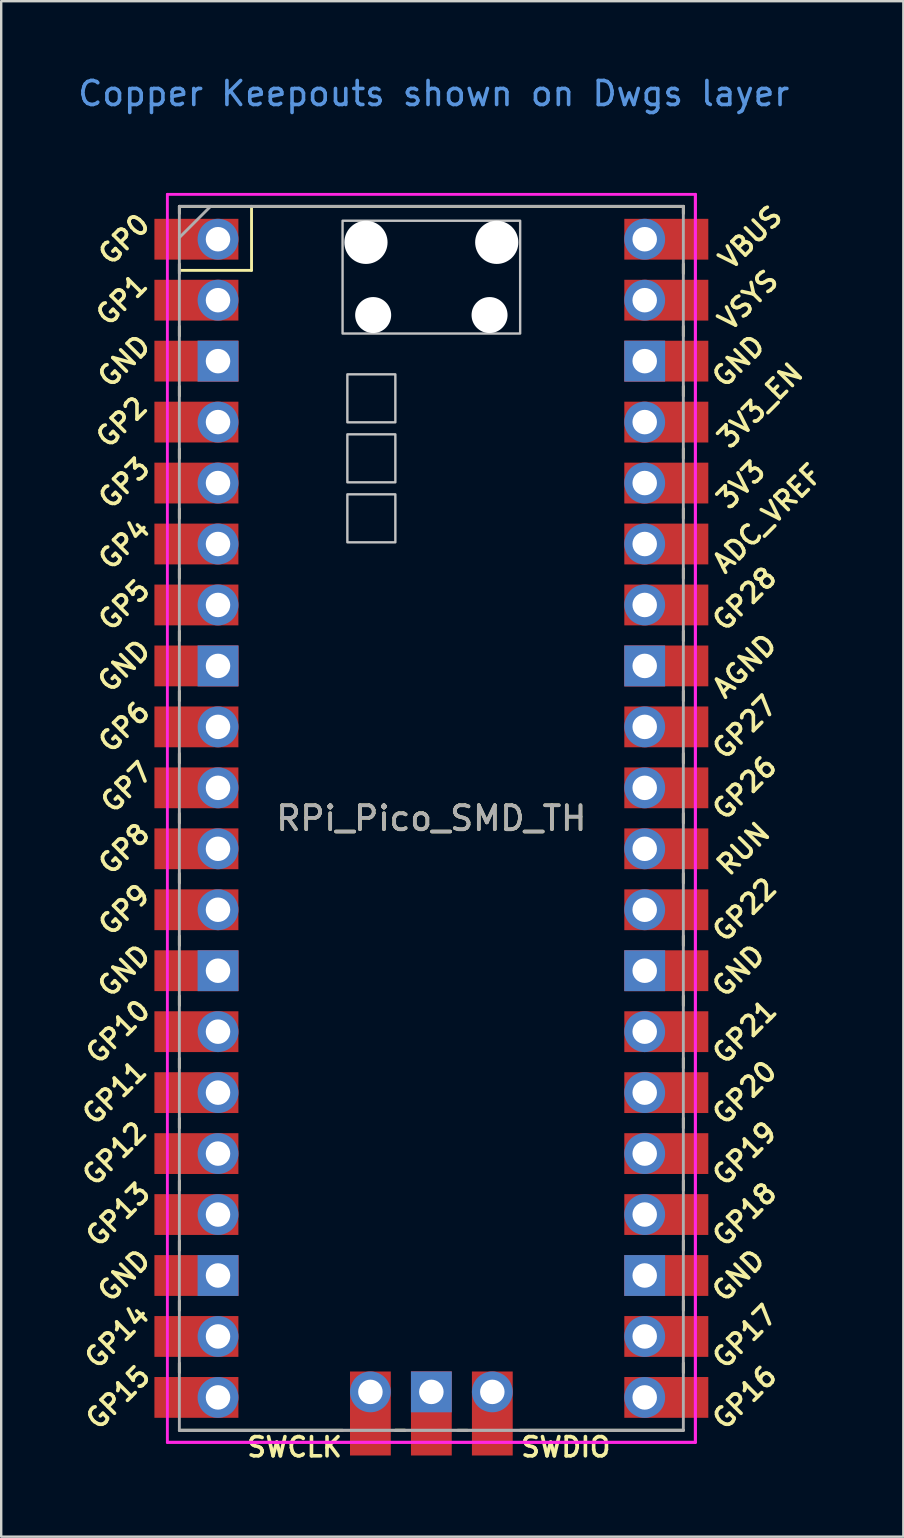
<source format=kicad_pcb>
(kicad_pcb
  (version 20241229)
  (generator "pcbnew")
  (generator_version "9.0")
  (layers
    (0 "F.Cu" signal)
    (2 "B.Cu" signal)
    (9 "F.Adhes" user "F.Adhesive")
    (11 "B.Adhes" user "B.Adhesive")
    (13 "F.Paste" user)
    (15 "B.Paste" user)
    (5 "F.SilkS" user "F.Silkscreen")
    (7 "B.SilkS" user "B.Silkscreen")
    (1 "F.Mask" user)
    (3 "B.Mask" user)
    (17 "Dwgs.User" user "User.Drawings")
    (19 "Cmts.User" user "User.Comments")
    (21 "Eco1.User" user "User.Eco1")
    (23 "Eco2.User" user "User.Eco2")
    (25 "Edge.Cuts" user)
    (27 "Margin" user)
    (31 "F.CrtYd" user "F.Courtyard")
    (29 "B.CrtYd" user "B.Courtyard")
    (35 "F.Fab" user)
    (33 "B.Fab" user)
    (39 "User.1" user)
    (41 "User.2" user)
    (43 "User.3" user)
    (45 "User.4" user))
  (footprint "RPi_Pico_SMD_TH"
    (layer "F.Cu")
    (at 14.924 31.048)
    (property "Reference" "RPi_Pico_SMD_TH" (at 0 0 0) (layer "F.SilkS") (effects (font (size 1 1) (thickness 0.15))))
    (attr through_hole)
    (fp_line (start -10.5 -25.5) (end -10.5 -25.2) (stroke (width 0.12) (type solid)) (layer "F.SilkS"))
    (fp_line (start -10.5 -25.5) (end 10.5 -25.5) (stroke (width 0.12) (type solid)) (layer "F.SilkS"))
    (fp_line (start -10.5 -23.1) (end -10.5 -22.7) (stroke (width 0.12) (type solid)) (layer "F.SilkS"))
    (fp_line (start -10.5 -22.833) (end -7.493 -22.833) (stroke (width 0.12) (type solid)) (layer "F.SilkS"))
    (fp_line (start -10.5 -20.5) (end -10.5 -20.1) (stroke (width 0.12) (type solid)) (layer "F.SilkS"))
    (fp_line (start -10.5 -18) (end -10.5 -17.6) (stroke (width 0.12) (type solid)) (layer "F.SilkS"))
    (fp_line (start -10.5 -15.4) (end -10.5 -15) (stroke (width 0.12) (type solid)) (layer "F.SilkS"))
    (fp_line (start -10.5 -12.9) (end -10.5 -12.5) (stroke (width 0.12) (type solid)) (layer "F.SilkS"))
    (fp_line (start -10.5 -10.4) (end -10.5 -10) (stroke (width 0.12) (type solid)) (layer "F.SilkS"))
    (fp_line (start -10.5 -7.8) (end -10.5 -7.4) (stroke (width 0.12) (type solid)) (layer "F.SilkS"))
    (fp_line (start -10.5 -5.3) (end -10.5 -4.9) (stroke (width 0.12) (type solid)) (layer "F.SilkS"))
    (fp_line (start -10.5 -2.7) (end -10.5 -2.3) (stroke (width 0.12) (type solid)) (layer "F.SilkS"))
    (fp_line (start -10.5 -0.2) (end -10.5 0.2) (stroke (width 0.12) (type solid)) (layer "F.SilkS"))
    (fp_line (start -10.5 2.3) (end -10.5 2.7) (stroke (width 0.12) (type solid)) (layer "F.SilkS"))
    (fp_line (start -10.5 4.9) (end -10.5 5.3) (stroke (width 0.12) (type solid)) (layer "F.SilkS"))
    (fp_line (start -10.5 7.4) (end -10.5 7.8) (stroke (width 0.12) (type solid)) (layer "F.SilkS"))
    (fp_line (start -10.5 10) (end -10.5 10.4) (stroke (width 0.12) (type solid)) (layer "F.SilkS"))
    (fp_line (start -10.5 12.5) (end -10.5 12.9) (stroke (width 0.12) (type solid)) (layer "F.SilkS"))
    (fp_line (start -10.5 15.1) (end -10.5 15.5) (stroke (width 0.12) (type solid)) (layer "F.SilkS"))
    (fp_line (start -10.5 17.6) (end -10.5 18) (stroke (width 0.12) (type solid)) (layer "F.SilkS"))
    (fp_line (start -10.5 20.1) (end -10.5 20.5) (stroke (width 0.12) (type solid)) (layer "F.SilkS"))
    (fp_line (start -10.5 22.7) (end -10.5 23.1) (stroke (width 0.12) (type solid)) (layer "F.SilkS"))
    (fp_line (start -7.493 -22.833) (end -7.493 -25.5) (stroke (width 0.12) (type solid)) (layer "F.SilkS"))
    (fp_line (start -3.7 25.5) (end -10.5 25.5) (stroke (width 0.12) (type solid)) (layer "F.SilkS"))
    (fp_line (start -1.5 25.5) (end -1.1 25.5) (stroke (width 0.12) (type solid)) (layer "F.SilkS"))
    (fp_line (start -1.5 25.5) (end -1.1 25.5) (stroke (width 0.12) (type solid)) (layer "F.SilkS"))
    (fp_line (start 1.1 25.5) (end 1.5 25.5) (stroke (width 0.12) (type solid)) (layer "F.SilkS"))
    (fp_line (start 10.5 -25.5) (end 10.5 -25.2) (stroke (width 0.12) (type solid)) (layer "F.SilkS"))
    (fp_line (start 10.5 -23.1) (end 10.5 -22.7) (stroke (width 0.12) (type solid)) (layer "F.SilkS"))
    (fp_line (start 10.5 -20.5) (end 10.5 -20.1) (stroke (width 0.12) (type solid)) (layer "F.SilkS"))
    (fp_line (start 10.5 -18) (end 10.5 -17.6) (stroke (width 0.12) (type solid)) (layer "F.SilkS"))
    (fp_line (start 10.5 -15.4) (end 10.5 -15) (stroke (width 0.12) (type solid)) (layer "F.SilkS"))
    (fp_line (start 10.5 -12.9) (end 10.5 -12.5) (stroke (width 0.12) (type solid)) (layer "F.SilkS"))
    (fp_line (start 10.5 -10.4) (end 10.5 -10) (stroke (width 0.12) (type solid)) (layer "F.SilkS"))
    (fp_line (start 10.5 -7.8) (end 10.5 -7.4) (stroke (width 0.12) (type solid)) (layer "F.SilkS"))
    (fp_line (start 10.5 -5.3) (end 10.5 -4.9) (stroke (width 0.12) (type solid)) (layer "F.SilkS"))
    (fp_line (start 10.5 -2.7) (end 10.5 -2.3) (stroke (width 0.12) (type solid)) (layer "F.SilkS"))
    (fp_line (start 10.5 -0.2) (end 10.5 0.2) (stroke (width 0.12) (type solid)) (layer "F.SilkS"))
    (fp_line (start 10.5 2.3) (end 10.5 2.7) (stroke (width 0.12) (type solid)) (layer "F.SilkS"))
    (fp_line (start 10.5 4.9) (end 10.5 5.3) (stroke (width 0.12) (type solid)) (layer "F.SilkS"))
    (fp_line (start 10.5 7.4) (end 10.5 7.8) (stroke (width 0.12) (type solid)) (layer "F.SilkS"))
    (fp_line (start 10.5 10) (end 10.5 10.4) (stroke (width 0.12) (type solid)) (layer "F.SilkS"))
    (fp_line (start 10.5 12.5) (end 10.5 12.9) (stroke (width 0.12) (type solid)) (layer "F.SilkS"))
    (fp_line (start 10.5 15.1) (end 10.5 15.5) (stroke (width 0.12) (type solid)) (layer "F.SilkS"))
    (fp_line (start 10.5 17.6) (end 10.5 18) (stroke (width 0.12) (type solid)) (layer "F.SilkS"))
    (fp_line (start 10.5 20.1) (end 10.5 20.5) (stroke (width 0.12) (type solid)) (layer "F.SilkS"))
    (fp_line (start 10.5 22.7) (end 10.5 23.1) (stroke (width 0.12) (type solid)) (layer "F.SilkS"))
    (fp_line (start 10.5 25.5) (end 3.7 25.5) (stroke (width 0.12) (type solid)) (layer "F.SilkS"))
    (fp_poly (pts (xy -1.5 -16.5) (xy -3.5 -16.5) (xy -3.5 -18.5) (xy -1.5 -18.5)) (stroke (width 0.1) (type solid)) (fill no) (layer "Dwgs.User"))
    (fp_poly (pts (xy -1.5 -14) (xy -3.5 -14) (xy -3.5 -16) (xy -1.5 -16)) (stroke (width 0.1) (type solid)) (fill no) (layer "Dwgs.User"))
    (fp_poly (pts (xy -1.5 -11.5) (xy -3.5 -11.5) (xy -3.5 -13.5) (xy -1.5 -13.5)) (stroke (width 0.1) (type solid)) (fill no) (layer "Dwgs.User"))
    (fp_poly (pts (xy 3.7 -20.2) (xy -3.7 -20.2) (xy -3.7 -24.9) (xy 3.7 -24.9)) (stroke (width 0.1) (type solid)) (fill no) (layer "Dwgs.User"))
    (fp_line (start -11 -26) (end 11 -26) (stroke (width 0.12) (type solid)) (layer "F.CrtYd"))
    (fp_line (start -11 26) (end -11 -26) (stroke (width 0.12) (type solid)) (layer "F.CrtYd"))
    (fp_line (start 11 -26) (end 11 26) (stroke (width 0.12) (type solid)) (layer "F.CrtYd"))
    (fp_line (start 11 -26) (end 11 26) (stroke (width 0.12) (type solid)) (layer "F.CrtYd"))
    (fp_line (start 11 26) (end -11 26) (stroke (width 0.12) (type solid)) (layer "F.CrtYd"))
    (fp_line (start 11 26) (end -11 26) (stroke (width 0.12) (type solid)) (layer "F.CrtYd"))
    (fp_line (start -10.5 -25.5) (end 10.5 -25.5) (stroke (width 0.12) (type solid)) (layer "F.Fab"))
    (fp_line (start -10.5 -24.2) (end -9.2 -25.5) (stroke (width 0.12) (type solid)) (layer "F.Fab"))
    (fp_line (start -10.5 25.5) (end -10.5 -25.5) (stroke (width 0.12) (type solid)) (layer "F.Fab"))
    (fp_line (start 10.5 -25.5) (end 10.5 25.5) (stroke (width 0.12) (type solid)) (layer "F.Fab"))
    (fp_line (start 10.5 25.5) (end -10.5 25.5) (stroke (width 0.12) (type solid)) (layer "F.Fab"))
    (fp_line (start 10.5 25.5) (end -10.5 25.5) (stroke (width 0.12) (type solid)) (layer "F.Fab"))
    (fp_text user "GP6" (at -12.8 -3.81 45) (layer "F.SilkS") (effects (font (size 0.8 0.8) (thickness 0.15))))
    (fp_text user "GP11" (at -13.2 11.43 45) (layer "F.SilkS") (effects (font (size 0.8 0.8) (thickness 0.15))))
    (fp_text user "GP3" (at -12.8 -13.97 45) (layer "F.SilkS") (effects (font (size 0.8 0.8) (thickness 0.15))))
    (fp_text user "GP5" (at -12.8 -8.89 45) (layer "F.SilkS") (effects (font (size 0.8 0.8) (thickness 0.15))))
    (fp_text user "GP17" (at 13.054 21.59 45) (layer "F.SilkS") (effects (font (size 0.8 0.8) (thickness 0.15))))
    (fp_text user "GND" (at 12.8 19.05 45) (layer "F.SilkS") (effects (font (size 0.8 0.8) (thickness 0.15))))
    (fp_text user "GND" (at -12.8 -6.35 45) (layer "F.SilkS") (effects (font (size 0.8 0.8) (thickness 0.15))))
    (fp_text user "RUN" (at 13 1.27 45) (layer "F.SilkS") (effects (font (size 0.8 0.8) (thickness 0.15))))
    (fp_text user "GP10" (at -13.054 8.89 45) (layer "F.SilkS") (effects (font (size 0.8 0.8) (thickness 0.15))))
    (fp_text user "SWDIO" (at 5.6 26.2 0) (layer "F.SilkS") (effects (font (size 0.8 0.8) (thickness 0.15))))
    (fp_text user "GP1" (at -12.9 -21.6 45) (layer "F.SilkS") (effects (font (size 0.8 0.8) (thickness 0.15))))
    (fp_text user "SWCLK" (at -5.7 26.2 0) (layer "F.SilkS") (effects (font (size 0.8 0.8) (thickness 0.15))))
    (fp_text user "GND" (at -12.8 19.05 45) (layer "F.SilkS") (effects (font (size 0.8 0.8) (thickness 0.15))))
    (fp_text user "ADC_VREF" (at 14 -12.5 45) (layer "F.SilkS") (effects (font (size 0.8 0.8) (thickness 0.15))))
    (fp_text user "GP27" (at 13.054 -3.8 45) (layer "F.SilkS") (effects (font (size 0.8 0.8) (thickness 0.15))))
    (fp_text user "GP18" (at 13.054 16.51 45) (layer "F.SilkS") (effects (font (size 0.8 0.8) (thickness 0.15))))
    (fp_text user "GP8" (at -12.8 1.27 45) (layer "F.SilkS") (effects (font (size 0.8 0.8) (thickness 0.15))))
    (fp_text user "GP7" (at -12.7 -1.3 45) (layer "F.SilkS") (effects (font (size 0.8 0.8) (thickness 0.15))))
    (fp_text user "GP9" (at -12.8 3.81 45) (layer "F.SilkS") (effects (font (size 0.8 0.8) (thickness 0.15))))
    (fp_text user "GP15" (at -13.054 24.13 45) (layer "F.SilkS") (effects (font (size 0.8 0.8) (thickness 0.15))))
    (fp_text user "GP0" (at -12.8 -24.13 45) (layer "F.SilkS") (effects (font (size 0.8 0.8) (thickness 0.15))))
    (fp_text user "GP26" (at 13.054 -1.27 45) (layer "F.SilkS") (effects (font (size 0.8 0.8) (thickness 0.15))))
    (fp_text user "GP20" (at 13.054 11.43 45) (layer "F.SilkS") (effects (font (size 0.8 0.8) (thickness 0.15))))
    (fp_text user "GP28" (at 13.054 -9.144 45) (layer "F.SilkS") (effects (font (size 0.8 0.8) (thickness 0.15))))
    (fp_text user "GP13" (at -13.054 16.51 45) (layer "F.SilkS") (effects (font (size 0.8 0.8) (thickness 0.15))))
    (fp_text user "3V3" (at 12.9 -13.9 45) (layer "F.SilkS") (effects (font (size 0.8 0.8) (thickness 0.15))))
    (fp_text user "GP2" (at -12.9 -16.51 45) (layer "F.SilkS") (effects (font (size 0.8 0.8) (thickness 0.15))))
    (fp_text user "3V3_EN" (at 13.7 -17.2 45) (layer "F.SilkS") (effects (font (size 0.8 0.8) (thickness 0.15))))
    (fp_text user "GP19" (at 13.054 13.97 45) (layer "F.SilkS") (effects (font (size 0.8 0.8) (thickness 0.15))))
    (fp_text user "GP4" (at -12.8 -11.43 45) (layer "F.SilkS") (effects (font (size 0.8 0.8) (thickness 0.15))))
    (fp_text user "AGND" (at 13.054 -6.35 45) (layer "F.SilkS") (effects (font (size 0.8 0.8) (thickness 0.15))))
    (fp_text user "VBUS" (at 13.3 -24.2 45) (layer "F.SilkS") (effects (font (size 0.8 0.8) (thickness 0.15))))
    (fp_text user "GND" (at -12.8 6.35 45) (layer "F.SilkS") (effects (font (size 0.8 0.8) (thickness 0.15))))
    (fp_text user "GP12" (at -13.2 13.97 45) (layer "F.SilkS") (effects (font (size 0.8 0.8) (thickness 0.15))))
    (fp_text user "GP22" (at 13.054 3.81 45) (layer "F.SilkS") (effects (font (size 0.8 0.8) (thickness 0.15))))
    (fp_text user "GP14" (at -13.1 21.59 45) (layer "F.SilkS") (effects (font (size 0.8 0.8) (thickness 0.15))))
    (fp_text user "GND" (at -12.8 -19.05 45) (layer "F.SilkS") (effects (font (size 0.8 0.8) (thickness 0.15))))
    (fp_text user "GP21" (at 13.054 8.9 45) (layer "F.SilkS") (effects (font (size 0.8 0.8) (thickness 0.15))))
    (fp_text user "VSYS" (at 13.2 -21.59 45) (layer "F.SilkS") (effects (font (size 0.8 0.8) (thickness 0.15))))
    (fp_text user "GP16" (at 13.054 24.13 45) (layer "F.SilkS") (effects (font (size 0.8 0.8) (thickness 0.15))))
    (fp_text user "GND" (at 12.8 -19.05 45) (layer "F.SilkS") (effects (font (size 0.8 0.8) (thickness 0.15))))
    (fp_text user "GND" (at 12.8 6.35 45) (layer "F.SilkS") (effects (font (size 0.8 0.8) (thickness 0.15))))
    (fp_text user "Copper Keepouts shown on Dwgs layer" (at 0.1 -30.2 0) (layer "Cmts.User") (effects (font (size 1 1) (thickness 0.15))))
    (fp_text user "${REFERENCE}" (at 0 0 180) (layer "F.Fab") (effects (font (size 1 1) (thickness 0.15))))
    (pad "" np_thru_hole oval (at -2.725 -24) (size 1.8 1.8) (drill 1.8) (layers "*.Cu" "*.Mask"))
    (pad "" np_thru_hole oval (at -2.425 -20.97) (size 1.5 1.5) (drill 1.5) (layers "*.Cu" "*.Mask"))
    (pad "" np_thru_hole oval (at 2.425 -20.97) (size 1.5 1.5) (drill 1.5) (layers "*.Cu" "*.Mask"))
    (pad "" np_thru_hole oval (at 2.725 -24) (size 1.8 1.8) (drill 1.8) (layers "*.Cu" "*.Mask"))
    (pad "1" thru_hole oval (at -8.89 -24.13) (size 1.7 1.7) (drill 1.02) (layers "*.Cu" "*.Mask"))
    (pad "1" smd rect (at -8.89 -24.13) (size 3.5 1.7) (drill (offset -0.9 0)) (layers "F.Cu" "F.Mask"))
    (pad "2" thru_hole oval (at -8.89 -21.59) (size 1.7 1.7) (drill 1.02) (layers "*.Cu" "*.Mask"))
    (pad "2" smd rect (at -8.89 -21.59) (size 3.5 1.7) (drill (offset -0.9 0)) (layers "F.Cu" "F.Mask"))
    (pad "3" thru_hole rect (at -8.89 -19.05) (size 1.7 1.7) (drill 1.02) (layers "*.Cu" "*.Mask"))
    (pad "3" smd rect (at -8.89 -19.05) (size 3.5 1.7) (drill (offset -0.9 0)) (layers "F.Cu" "F.Mask"))
    (pad "4" thru_hole oval (at -8.89 -16.51) (size 1.7 1.7) (drill 1.02) (layers "*.Cu" "*.Mask"))
    (pad "4" smd rect (at -8.89 -16.51) (size 3.5 1.7) (drill (offset -0.9 0)) (layers "F.Cu" "F.Mask"))
    (pad "5" thru_hole oval (at -8.89 -13.97) (size 1.7 1.7) (drill 1.02) (layers "*.Cu" "*.Mask"))
    (pad "5" smd rect (at -8.89 -13.97) (size 3.5 1.7) (drill (offset -0.9 0)) (layers "F.Cu" "F.Mask"))
    (pad "6" thru_hole oval (at -8.89 -11.43) (size 1.7 1.7) (drill 1.02) (layers "*.Cu" "*.Mask"))
    (pad "6" smd rect (at -8.89 -11.43) (size 3.5 1.7) (drill (offset -0.9 0)) (layers "F.Cu" "F.Mask"))
    (pad "7" thru_hole oval (at -8.89 -8.89) (size 1.7 1.7) (drill 1.02) (layers "*.Cu" "*.Mask"))
    (pad "7" smd rect (at -8.89 -8.89) (size 3.5 1.7) (drill (offset -0.9 0)) (layers "F.Cu" "F.Mask"))
    (pad "8" thru_hole rect (at -8.89 -6.35) (size 1.7 1.7) (drill 1.02) (layers "*.Cu" "*.Mask"))
    (pad "8" smd rect (at -8.89 -6.35) (size 3.5 1.7) (drill (offset -0.9 0)) (layers "F.Cu" "F.Mask"))
    (pad "9" thru_hole oval (at -8.89 -3.81) (size 1.7 1.7) (drill 1.02) (layers "*.Cu" "*.Mask"))
    (pad "9" smd rect (at -8.89 -3.81) (size 3.5 1.7) (drill (offset -0.9 0)) (layers "F.Cu" "F.Mask"))
    (pad "10" thru_hole oval (at -8.89 -1.27) (size 1.7 1.7) (drill 1.02) (layers "*.Cu" "*.Mask"))
    (pad "10" smd rect (at -8.89 -1.27) (size 3.5 1.7) (drill (offset -0.9 0)) (layers "F.Cu" "F.Mask"))
    (pad "11" thru_hole oval (at -8.89 1.27) (size 1.7 1.7) (drill 1.02) (layers "*.Cu" "*.Mask"))
    (pad "11" smd rect (at -8.89 1.27) (size 3.5 1.7) (drill (offset -0.9 0)) (layers "F.Cu" "F.Mask"))
    (pad "12" thru_hole oval (at -8.89 3.81) (size 1.7 1.7) (drill 1.02) (layers "*.Cu" "*.Mask"))
    (pad "12" smd rect (at -8.89 3.81) (size 3.5 1.7) (drill (offset -0.9 0)) (layers "F.Cu" "F.Mask"))
    (pad "13" thru_hole rect (at -8.89 6.35) (size 1.7 1.7) (drill 1.02) (layers "*.Cu" "*.Mask"))
    (pad "13" smd rect (at -8.89 6.35) (size 3.5 1.7) (drill (offset -0.9 0)) (layers "F.Cu" "F.Mask"))
    (pad "14" thru_hole oval (at -8.89 8.89) (size 1.7 1.7) (drill 1.02) (layers "*.Cu" "*.Mask"))
    (pad "14" smd rect (at -8.89 8.89) (size 3.5 1.7) (drill (offset -0.9 0)) (layers "F.Cu" "F.Mask"))
    (pad "15" thru_hole oval (at -8.89 11.43) (size 1.7 1.7) (drill 1.02) (layers "*.Cu" "*.Mask"))
    (pad "15" smd rect (at -8.89 11.43) (size 3.5 1.7) (drill (offset -0.9 0)) (layers "F.Cu" "F.Mask"))
    (pad "16" thru_hole oval (at -8.89 13.97) (size 1.7 1.7) (drill 1.02) (layers "*.Cu" "*.Mask"))
    (pad "16" smd rect (at -8.89 13.97) (size 3.5 1.7) (drill (offset -0.9 0)) (layers "F.Cu" "F.Mask"))
    (pad "17" thru_hole oval (at -8.89 16.51) (size 1.7 1.7) (drill 1.02) (layers "*.Cu" "*.Mask"))
    (pad "17" smd rect (at -8.89 16.51) (size 3.5 1.7) (drill (offset -0.9 0)) (layers "F.Cu" "F.Mask"))
    (pad "18" thru_hole rect (at -8.89 19.05) (size 1.7 1.7) (drill 1.02) (layers "*.Cu" "*.Mask"))
    (pad "18" smd rect (at -8.89 19.05) (size 3.5 1.7) (drill (offset -0.9 0)) (layers "F.Cu" "F.Mask"))
    (pad "19" thru_hole oval (at -8.89 21.59) (size 1.7 1.7) (drill 1.02) (layers "*.Cu" "*.Mask"))
    (pad "19" smd rect (at -8.89 21.59) (size 3.5 1.7) (drill (offset -0.9 0)) (layers "F.Cu" "F.Mask"))
    (pad "20" thru_hole oval (at -8.89 24.13) (size 1.7 1.7) (drill 1.02) (layers "*.Cu" "*.Mask"))
    (pad "20" smd rect (at -8.89 24.13) (size 3.5 1.7) (drill (offset -0.9 0)) (layers "F.Cu" "F.Mask"))
    (pad "21" thru_hole oval (at 8.89 24.13) (size 1.7 1.7) (drill 1.02) (layers "*.Cu" "*.Mask"))
    (pad "21" smd rect (at 8.89 24.13) (size 3.5 1.7) (drill (offset 0.9 0)) (layers "F.Cu" "F.Mask"))
    (pad "22" thru_hole oval (at 8.89 21.59) (size 1.7 1.7) (drill 1.02) (layers "*.Cu" "*.Mask"))
    (pad "22" smd rect (at 8.89 21.59) (size 3.5 1.7) (drill (offset 0.9 0)) (layers "F.Cu" "F.Mask"))
    (pad "23" thru_hole rect (at 8.89 19.05) (size 1.7 1.7) (drill 1.02) (layers "*.Cu" "*.Mask"))
    (pad "23" smd rect (at 8.89 19.05) (size 3.5 1.7) (drill (offset 0.9 0)) (layers "F.Cu" "F.Mask"))
    (pad "24" thru_hole oval (at 8.89 16.51) (size 1.7 1.7) (drill 1.02) (layers "*.Cu" "*.Mask"))
    (pad "24" smd rect (at 8.89 16.51) (size 3.5 1.7) (drill (offset 0.9 0)) (layers "F.Cu" "F.Mask"))
    (pad "25" thru_hole oval (at 8.89 13.97) (size 1.7 1.7) (drill 1.02) (layers "*.Cu" "*.Mask"))
    (pad "25" smd rect (at 8.89 13.97) (size 3.5 1.7) (drill (offset 0.9 0)) (layers "F.Cu" "F.Mask"))
    (pad "26" thru_hole oval (at 8.89 11.43) (size 1.7 1.7) (drill 1.02) (layers "*.Cu" "*.Mask"))
    (pad "26" smd rect (at 8.89 11.43) (size 3.5 1.7) (drill (offset 0.9 0)) (layers "F.Cu" "F.Mask"))
    (pad "27" thru_hole oval (at 8.89 8.89) (size 1.7 1.7) (drill 1.02) (layers "*.Cu" "*.Mask"))
    (pad "27" smd rect (at 8.89 8.89) (size 3.5 1.7) (drill (offset 0.9 0)) (layers "F.Cu" "F.Mask"))
    (pad "28" thru_hole rect (at 8.89 6.35) (size 1.7 1.7) (drill 1.02) (layers "*.Cu" "*.Mask"))
    (pad "28" smd rect (at 8.89 6.35) (size 3.5 1.7) (drill (offset 0.9 0)) (layers "F.Cu" "F.Mask"))
    (pad "29" thru_hole oval (at 8.89 3.81) (size 1.7 1.7) (drill 1.02) (layers "*.Cu" "*.Mask"))
    (pad "29" smd rect (at 8.89 3.81) (size 3.5 1.7) (drill (offset 0.9 0)) (layers "F.Cu" "F.Mask"))
    (pad "30" thru_hole oval (at 8.89 1.27) (size 1.7 1.7) (drill 1.02) (layers "*.Cu" "*.Mask"))
    (pad "30" smd rect (at 8.89 1.27) (size 3.5 1.7) (drill (offset 0.9 0)) (layers "F.Cu" "F.Mask"))
    (pad "31" thru_hole oval (at 8.89 -1.27) (size 1.7 1.7) (drill 1.02) (layers "*.Cu" "*.Mask"))
    (pad "31" smd rect (at 8.89 -1.27) (size 3.5 1.7) (drill (offset 0.9 0)) (layers "F.Cu" "F.Mask"))
    (pad "32" thru_hole oval (at 8.89 -3.81) (size 1.7 1.7) (drill 1.02) (layers "*.Cu" "*.Mask"))
    (pad "32" smd rect (at 8.89 -3.81) (size 3.5 1.7) (drill (offset 0.9 0)) (layers "F.Cu" "F.Mask"))
    (pad "33" thru_hole rect (at 8.89 -6.35) (size 1.7 1.7) (drill 1.02) (layers "*.Cu" "*.Mask"))
    (pad "33" smd rect (at 8.89 -6.35) (size 3.5 1.7) (drill (offset 0.9 0)) (layers "F.Cu" "F.Mask"))
    (pad "34" thru_hole oval (at 8.89 -8.89) (size 1.7 1.7) (drill 1.02) (layers "*.Cu" "*.Mask"))
    (pad "34" smd rect (at 8.89 -8.89) (size 3.5 1.7) (drill (offset 0.9 0)) (layers "F.Cu" "F.Mask"))
    (pad "35" thru_hole oval (at 8.89 -11.43) (size 1.7 1.7) (drill 1.02) (layers "*.Cu" "*.Mask"))
    (pad "35" smd rect (at 8.89 -11.43) (size 3.5 1.7) (drill (offset 0.9 0)) (layers "F.Cu" "F.Mask"))
    (pad "36" thru_hole oval (at 8.89 -13.97) (size 1.7 1.7) (drill 1.02) (layers "*.Cu" "*.Mask"))
    (pad "36" smd rect (at 8.89 -13.97) (size 3.5 1.7) (drill (offset 0.9 0)) (layers "F.Cu" "F.Mask"))
    (pad "37" thru_hole oval (at 8.89 -16.51) (size 1.7 1.7) (drill 1.02) (layers "*.Cu" "*.Mask"))
    (pad "37" smd rect (at 8.89 -16.51) (size 3.5 1.7) (drill (offset 0.9 0)) (layers "F.Cu" "F.Mask"))
    (pad "38" thru_hole rect (at 8.89 -19.05) (size 1.7 1.7) (drill 1.02) (layers "*.Cu" "*.Mask"))
    (pad "38" smd rect (at 8.89 -19.05) (size 3.5 1.7) (drill (offset 0.9 0)) (layers "F.Cu" "F.Mask"))
    (pad "39" thru_hole oval (at 8.89 -21.59) (size 1.7 1.7) (drill 1.02) (layers "*.Cu" "*.Mask"))
    (pad "39" smd rect (at 8.89 -21.59) (size 3.5 1.7) (drill (offset 0.9 0)) (layers "F.Cu" "F.Mask"))
    (pad "40" thru_hole oval (at 8.89 -24.13) (size 1.7 1.7) (drill 1.02) (layers "*.Cu" "*.Mask"))
    (pad "40" smd rect (at 8.89 -24.13) (size 3.5 1.7) (drill (offset 0.9 0)) (layers "F.Cu" "F.Mask"))
    (pad "41" thru_hole oval (at -2.54 23.9) (size 1.7 1.7) (drill 1.02) (layers "*.Cu" "*.Mask"))
    (pad "41" smd rect (at -2.54 23.9 90) (size 3.5 1.7) (drill (offset -0.9 0)) (layers "F.Cu" "F.Mask"))
    (pad "42" thru_hole rect (at 0 23.9) (size 1.7 1.7) (drill 1.02) (layers "*.Cu" "*.Mask"))
    (pad "42" smd rect (at 0 23.9 90) (size 3.5 1.7) (drill (offset -0.9 0)) (layers "F.Cu" "F.Mask"))
    (pad "43" thru_hole oval (at 2.54 23.9) (size 1.7 1.7) (drill 1.02) (layers "*.Cu" "*.Mask"))
    (pad "43" smd rect (at 2.54 23.9 90) (size 3.5 1.7) (drill (offset -0.9 0)) (layers "F.Cu" "F.Mask")))
  (gr_rect
    (start -3 -3)
    (end 34.591 60.98)
    (stroke (width 0.1) (type default))
    (fill no)
    (layer "Edge.Cuts")))
</source>
